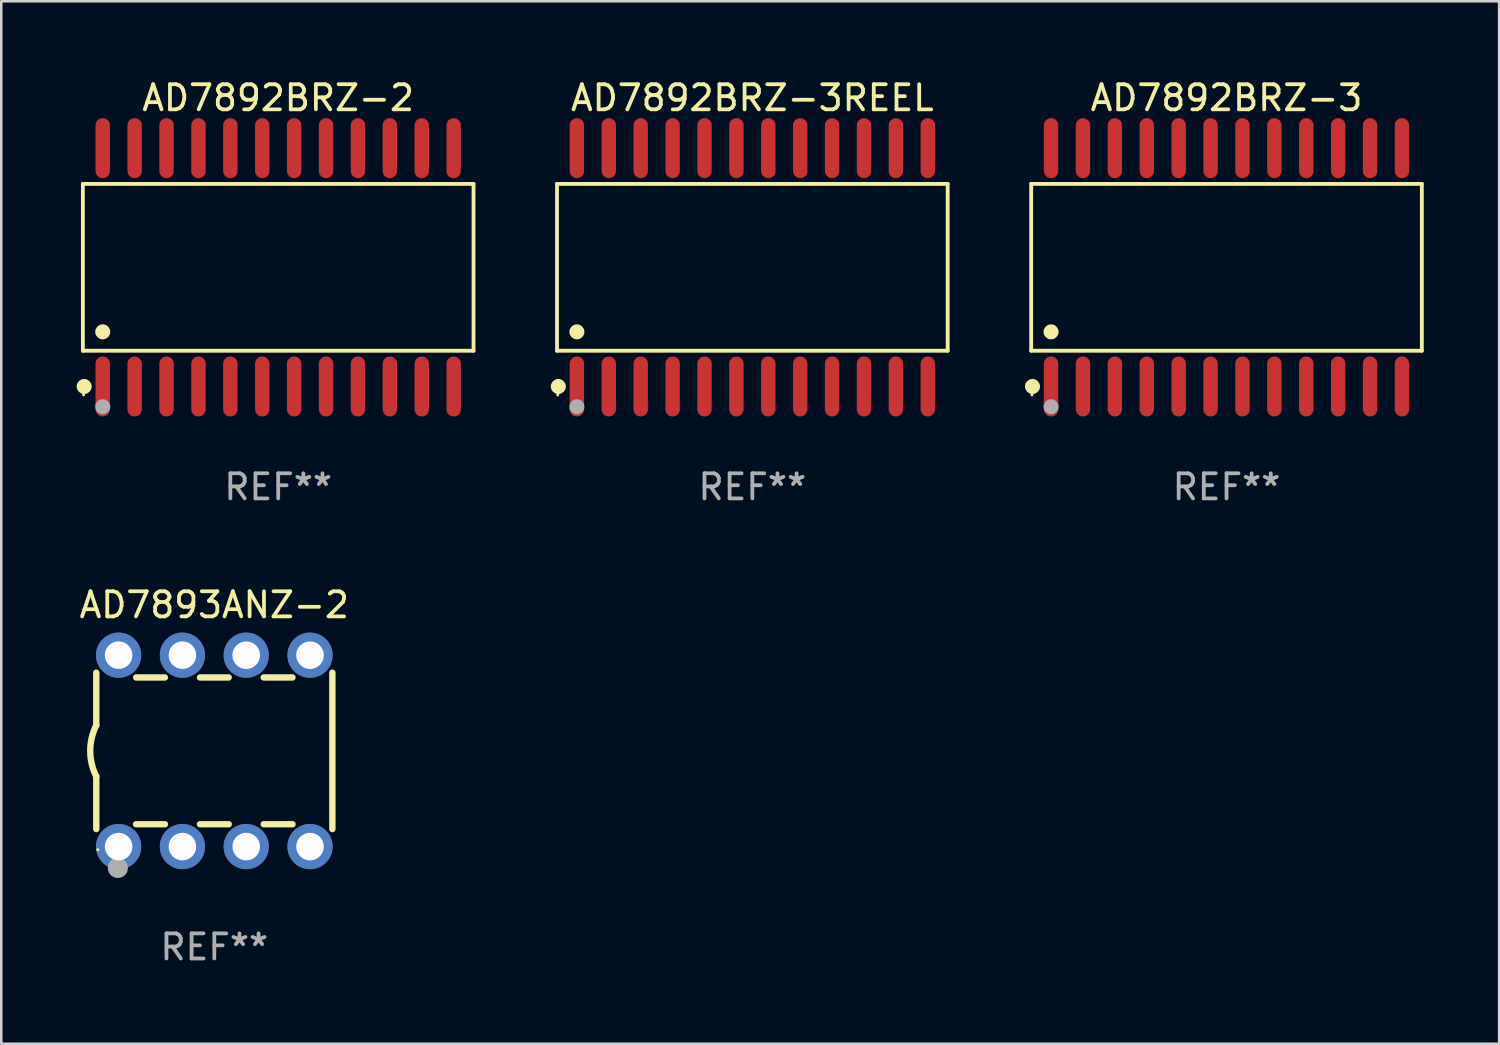
<source format=kicad_pcb>
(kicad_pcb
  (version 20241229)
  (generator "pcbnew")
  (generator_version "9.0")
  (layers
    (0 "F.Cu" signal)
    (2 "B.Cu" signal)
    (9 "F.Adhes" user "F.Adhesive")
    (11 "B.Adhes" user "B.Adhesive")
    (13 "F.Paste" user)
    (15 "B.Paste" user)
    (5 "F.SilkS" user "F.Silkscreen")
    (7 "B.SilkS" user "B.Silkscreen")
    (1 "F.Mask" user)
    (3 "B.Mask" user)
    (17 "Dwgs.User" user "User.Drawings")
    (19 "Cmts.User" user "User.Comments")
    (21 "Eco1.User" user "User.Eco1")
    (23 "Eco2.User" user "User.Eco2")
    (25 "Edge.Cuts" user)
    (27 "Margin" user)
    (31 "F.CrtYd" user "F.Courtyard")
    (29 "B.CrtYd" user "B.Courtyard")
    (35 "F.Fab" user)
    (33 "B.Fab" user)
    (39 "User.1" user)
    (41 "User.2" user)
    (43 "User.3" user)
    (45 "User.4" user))
  (footprint "AD7892BRZ-3"
    (layer "F.Cu")
    (at 45.778 7.592)
    (property "Reference" "AD7892BRZ-3" (at 0 -6.744 0) (layer "F.SilkS") (effects (font (size 1 1) (thickness 0.15))))
    (attr through_hole)
    (fp_line (start -7.776 -3.321) (end 7.776 -3.321) (stroke (width 0.152) (type solid)) (layer "F.SilkS"))
    (fp_line (start -7.776 3.321) (end -7.776 -3.321) (stroke (width 0.152) (type solid)) (layer "F.SilkS"))
    (fp_line (start 7.776 -3.321) (end 7.776 3.321) (stroke (width 0.152) (type solid)) (layer "F.SilkS"))
    (fp_line (start 7.776 3.321) (end -7.776 3.321) (stroke (width 0.152) (type solid)) (layer "F.SilkS"))
    (fp_circle (center -7.747 5.08) (end -7.717 5.08) (stroke (width 0.06) (type solid)) (fill no) (layer "F.SilkS"))
    (fp_circle (center -7.724 4.744) (end -7.574 4.744) (stroke (width 0.3) (type solid)) (fill no) (layer "F.SilkS"))
    (fp_circle (center -6.985 2.569) (end -6.835 2.569) (stroke (width 0.3) (type solid)) (fill no) (layer "F.SilkS"))
    (fp_circle (center -6.985 5.55) (end -6.835 5.55) (stroke (width 0.3) (type solid)) (fill no) (layer "F.Fab"))
    (fp_text user "REF**" (at 0 8.744 0) (layer "F.Fab") (effects (font (size 1 1) (thickness 0.15))))
    (pad "1" smd oval (at -6.985 4.744) (size 0.574 2.388) (layers "F.Cu" "F.Mask" "F.Paste"))
    (pad "2" smd oval (at -5.715 4.744) (size 0.574 2.388) (layers "F.Cu" "F.Mask" "F.Paste"))
    (pad "3" smd oval (at -4.445 4.744) (size 0.574 2.388) (layers "F.Cu" "F.Mask" "F.Paste"))
    (pad "4" smd oval (at -3.175 4.744) (size 0.574 2.388) (layers "F.Cu" "F.Mask" "F.Paste"))
    (pad "5" smd oval (at -1.905 4.744) (size 0.574 2.388) (layers "F.Cu" "F.Mask" "F.Paste"))
    (pad "6" smd oval (at -0.635 4.744) (size 0.574 2.388) (layers "F.Cu" "F.Mask" "F.Paste"))
    (pad "7" smd oval (at 0.635 4.744) (size 0.574 2.388) (layers "F.Cu" "F.Mask" "F.Paste"))
    (pad "8" smd oval (at 1.905 4.744) (size 0.574 2.388) (layers "F.Cu" "F.Mask" "F.Paste"))
    (pad "9" smd oval (at 3.175 4.744) (size 0.574 2.388) (layers "F.Cu" "F.Mask" "F.Paste"))
    (pad "10" smd oval (at 4.445 4.744) (size 0.574 2.388) (layers "F.Cu" "F.Mask" "F.Paste"))
    (pad "11" smd oval (at 5.715 4.744) (size 0.574 2.388) (layers "F.Cu" "F.Mask" "F.Paste"))
    (pad "12" smd oval (at 6.985 4.744) (size 0.574 2.388) (layers "F.Cu" "F.Mask" "F.Paste"))
    (pad "13" smd oval (at 6.985 -4.744) (size 0.574 2.388) (layers "F.Cu" "F.Mask" "F.Paste"))
    (pad "14" smd oval (at 5.715 -4.744) (size 0.574 2.388) (layers "F.Cu" "F.Mask" "F.Paste"))
    (pad "15" smd oval (at 4.445 -4.744) (size 0.574 2.388) (layers "F.Cu" "F.Mask" "F.Paste"))
    (pad "16" smd oval (at 3.175 -4.744) (size 0.574 2.388) (layers "F.Cu" "F.Mask" "F.Paste"))
    (pad "17" smd oval (at 1.905 -4.744) (size 0.574 2.388) (layers "F.Cu" "F.Mask" "F.Paste"))
    (pad "18" smd oval (at 0.635 -4.744) (size 0.574 2.388) (layers "F.Cu" "F.Mask" "F.Paste"))
    (pad "19" smd oval (at -0.635 -4.744) (size 0.574 2.388) (layers "F.Cu" "F.Mask" "F.Paste"))
    (pad "20" smd oval (at -1.905 -4.744) (size 0.574 2.388) (layers "F.Cu" "F.Mask" "F.Paste"))
    (pad "21" smd oval (at -3.175 -4.744) (size 0.574 2.388) (layers "F.Cu" "F.Mask" "F.Paste"))
    (pad "22" smd oval (at -4.445 -4.744) (size 0.574 2.388) (layers "F.Cu" "F.Mask" "F.Paste"))
    (pad "23" smd oval (at -5.715 -4.744) (size 0.574 2.388) (layers "F.Cu" "F.Mask" "F.Paste"))
    (pad "24" smd oval (at -6.985 -4.744) (size 0.574 2.388) (layers "F.Cu" "F.Mask" "F.Paste")))
  (footprint "AD7892BRZ-2"
    (layer "F.Cu")
    (at 8.025 7.592)
    (property "Reference" "AD7892BRZ-2" (at 0 -6.744 0) (layer "F.SilkS") (effects (font (size 1 1) (thickness 0.15))))
    (attr through_hole)
    (fp_line (start -7.776 -3.321) (end 7.776 -3.321) (stroke (width 0.152) (type solid)) (layer "F.SilkS"))
    (fp_line (start -7.776 3.321) (end -7.776 -3.321) (stroke (width 0.152) (type solid)) (layer "F.SilkS"))
    (fp_line (start 7.776 -3.321) (end 7.776 3.321) (stroke (width 0.152) (type solid)) (layer "F.SilkS"))
    (fp_line (start 7.776 3.321) (end -7.776 3.321) (stroke (width 0.152) (type solid)) (layer "F.SilkS"))
    (fp_circle (center -7.747 5.08) (end -7.717 5.08) (stroke (width 0.06) (type solid)) (fill no) (layer "F.SilkS"))
    (fp_circle (center -7.724 4.744) (end -7.574 4.744) (stroke (width 0.3) (type solid)) (fill no) (layer "F.SilkS"))
    (fp_circle (center -6.985 2.569) (end -6.835 2.569) (stroke (width 0.3) (type solid)) (fill no) (layer "F.SilkS"))
    (fp_circle (center -6.985 5.55) (end -6.835 5.55) (stroke (width 0.3) (type solid)) (fill no) (layer "F.Fab"))
    (fp_text user "REF**" (at 0 8.744 0) (layer "F.Fab") (effects (font (size 1 1) (thickness 0.15))))
    (pad "1" smd oval (at -6.985 4.744) (size 0.574 2.388) (layers "F.Cu" "F.Mask" "F.Paste"))
    (pad "2" smd oval (at -5.715 4.744) (size 0.574 2.388) (layers "F.Cu" "F.Mask" "F.Paste"))
    (pad "3" smd oval (at -4.445 4.744) (size 0.574 2.388) (layers "F.Cu" "F.Mask" "F.Paste"))
    (pad "4" smd oval (at -3.175 4.744) (size 0.574 2.388) (layers "F.Cu" "F.Mask" "F.Paste"))
    (pad "5" smd oval (at -1.905 4.744) (size 0.574 2.388) (layers "F.Cu" "F.Mask" "F.Paste"))
    (pad "6" smd oval (at -0.635 4.744) (size 0.574 2.388) (layers "F.Cu" "F.Mask" "F.Paste"))
    (pad "7" smd oval (at 0.635 4.744) (size 0.574 2.388) (layers "F.Cu" "F.Mask" "F.Paste"))
    (pad "8" smd oval (at 1.905 4.744) (size 0.574 2.388) (layers "F.Cu" "F.Mask" "F.Paste"))
    (pad "9" smd oval (at 3.175 4.744) (size 0.574 2.388) (layers "F.Cu" "F.Mask" "F.Paste"))
    (pad "10" smd oval (at 4.445 4.744) (size 0.574 2.388) (layers "F.Cu" "F.Mask" "F.Paste"))
    (pad "11" smd oval (at 5.715 4.744) (size 0.574 2.388) (layers "F.Cu" "F.Mask" "F.Paste"))
    (pad "12" smd oval (at 6.985 4.744) (size 0.574 2.388) (layers "F.Cu" "F.Mask" "F.Paste"))
    (pad "13" smd oval (at 6.985 -4.744) (size 0.574 2.388) (layers "F.Cu" "F.Mask" "F.Paste"))
    (pad "14" smd oval (at 5.715 -4.744) (size 0.574 2.388) (layers "F.Cu" "F.Mask" "F.Paste"))
    (pad "15" smd oval (at 4.445 -4.744) (size 0.574 2.388) (layers "F.Cu" "F.Mask" "F.Paste"))
    (pad "16" smd oval (at 3.175 -4.744) (size 0.574 2.388) (layers "F.Cu" "F.Mask" "F.Paste"))
    (pad "17" smd oval (at 1.905 -4.744) (size 0.574 2.388) (layers "F.Cu" "F.Mask" "F.Paste"))
    (pad "18" smd oval (at 0.635 -4.744) (size 0.574 2.388) (layers "F.Cu" "F.Mask" "F.Paste"))
    (pad "19" smd oval (at -0.635 -4.744) (size 0.574 2.388) (layers "F.Cu" "F.Mask" "F.Paste"))
    (pad "20" smd oval (at -1.905 -4.744) (size 0.574 2.388) (layers "F.Cu" "F.Mask" "F.Paste"))
    (pad "21" smd oval (at -3.175 -4.744) (size 0.574 2.388) (layers "F.Cu" "F.Mask" "F.Paste"))
    (pad "22" smd oval (at -4.445 -4.744) (size 0.574 2.388) (layers "F.Cu" "F.Mask" "F.Paste"))
    (pad "23" smd oval (at -5.715 -4.744) (size 0.574 2.388) (layers "F.Cu" "F.Mask" "F.Paste"))
    (pad "24" smd oval (at -6.985 -4.744) (size 0.574 2.388) (layers "F.Cu" "F.Mask" "F.Paste")))
  (footprint "AD7893ANZ-2"
    (layer "F.Cu")
    (at 5.482 26.843)
    (property "Reference" "AD7893ANZ-2" (at 0 -5.81 0) (layer "F.SilkS") (effects (font (size 1 1) (thickness 0.15))))
    (attr through_hole)
    (fp_line (start -4.7 -1.017) (end -4.7 -3.113) (stroke (width 0.254) (type solid)) (layer "F.SilkS"))
    (fp_line (start -4.7 1.015) (end -4.7 3.113) (stroke (width 0.254) (type solid)) (layer "F.SilkS"))
    (fp_line (start -3.113 2.92) (end -1.967 2.92) (stroke (width 0.254) (type solid)) (layer "F.SilkS"))
    (fp_line (start -3.111 -2.922) (end -1.969 -2.922) (stroke (width 0.254) (type solid)) (layer "F.SilkS"))
    (fp_line (start -0.573 2.92) (end 0.573 2.92) (stroke (width 0.254) (type solid)) (layer "F.SilkS"))
    (fp_line (start -0.571 -2.922) (end 0.571 -2.922) (stroke (width 0.254) (type solid)) (layer "F.SilkS"))
    (fp_line (start 1.967 2.92) (end 3.113 2.92) (stroke (width 0.254) (type solid)) (layer "F.SilkS"))
    (fp_line (start 1.969 -2.922) (end 3.111 -2.922) (stroke (width 0.254) (type solid)) (layer "F.SilkS"))
    (fp_line (start 4.7 -3.113) (end 4.7 3.113) (stroke (width 0.254) (type solid)) (layer "F.SilkS"))
    (fp_arc (start -4.7 1.01524) (mid -4.939846 -0.000762) (end -4.7 -1.016764) (stroke (width 0.254001) (type solid)) (layer "F.SilkS"))
    (fp_circle (center -4.636 3.935) (end -4.606 3.935) (stroke (width 0.06) (type solid)) (fill no) (layer "F.SilkS"))
    (fp_circle (center -3.84 4.66) (end -3.64 4.66) (stroke (width 0.4) (type solid)) (fill no) (layer "F.Fab"))
    (fp_text user "REF**" (at 0 7.81 0) (layer "F.Fab") (effects (font (size 1 1) (thickness 0.15))))
    (pad "1" thru_hole circle (at -3.81 3.81) (size 1.8 1.8) (drill 1.1) (layers "*.Cu" "*.Mask"))
    (pad "2" thru_hole circle (at -1.27 3.81) (size 1.8 1.8) (drill 1.1) (layers "*.Cu" "*.Mask"))
    (pad "3" thru_hole circle (at 1.27 3.81) (size 1.8 1.8) (drill 1.1) (layers "*.Cu" "*.Mask"))
    (pad "4" thru_hole circle (at 3.81 3.81) (size 1.8 1.8) (drill 1.1) (layers "*.Cu" "*.Mask"))
    (pad "5" thru_hole circle (at 3.81 -3.81) (size 1.8 1.8) (drill 1.1) (layers "*.Cu" "*.Mask"))
    (pad "6" thru_hole circle (at 1.27 -3.81) (size 1.8 1.8) (drill 1.1) (layers "*.Cu" "*.Mask"))
    (pad "7" thru_hole circle (at -1.27 -3.81) (size 1.8 1.8) (drill 1.1) (layers "*.Cu" "*.Mask"))
    (pad "8" thru_hole circle (at -3.81 -3.81) (size 1.8 1.8) (drill 1.1) (layers "*.Cu" "*.Mask")))
  (footprint "AD7892BRZ-3REEL"
    (layer "F.Cu")
    (at 26.901 7.592)
    (property "Reference" "AD7892BRZ-3REEL" (at 0 -6.744 0) (layer "F.SilkS") (effects (font (size 1 1) (thickness 0.15))))
    (attr through_hole)
    (fp_line (start -7.776 -3.321) (end 7.776 -3.321) (stroke (width 0.152) (type solid)) (layer "F.SilkS"))
    (fp_line (start -7.776 3.321) (end -7.776 -3.321) (stroke (width 0.152) (type solid)) (layer "F.SilkS"))
    (fp_line (start 7.776 -3.321) (end 7.776 3.321) (stroke (width 0.152) (type solid)) (layer "F.SilkS"))
    (fp_line (start 7.776 3.321) (end -7.776 3.321) (stroke (width 0.152) (type solid)) (layer "F.SilkS"))
    (fp_circle (center -7.747 5.08) (end -7.717 5.08) (stroke (width 0.06) (type solid)) (fill no) (layer "F.SilkS"))
    (fp_circle (center -7.724 4.744) (end -7.574 4.744) (stroke (width 0.3) (type solid)) (fill no) (layer "F.SilkS"))
    (fp_circle (center -6.985 2.569) (end -6.835 2.569) (stroke (width 0.3) (type solid)) (fill no) (layer "F.SilkS"))
    (fp_circle (center -6.985 5.55) (end -6.835 5.55) (stroke (width 0.3) (type solid)) (fill no) (layer "F.Fab"))
    (fp_text user "REF**" (at 0 8.744 0) (layer "F.Fab") (effects (font (size 1 1) (thickness 0.15))))
    (pad "1" smd oval (at -6.985 4.744) (size 0.574 2.388) (layers "F.Cu" "F.Mask" "F.Paste"))
    (pad "2" smd oval (at -5.715 4.744) (size 0.574 2.388) (layers "F.Cu" "F.Mask" "F.Paste"))
    (pad "3" smd oval (at -4.445 4.744) (size 0.574 2.388) (layers "F.Cu" "F.Mask" "F.Paste"))
    (pad "4" smd oval (at -3.175 4.744) (size 0.574 2.388) (layers "F.Cu" "F.Mask" "F.Paste"))
    (pad "5" smd oval (at -1.905 4.744) (size 0.574 2.388) (layers "F.Cu" "F.Mask" "F.Paste"))
    (pad "6" smd oval (at -0.635 4.744) (size 0.574 2.388) (layers "F.Cu" "F.Mask" "F.Paste"))
    (pad "7" smd oval (at 0.635 4.744) (size 0.574 2.388) (layers "F.Cu" "F.Mask" "F.Paste"))
    (pad "8" smd oval (at 1.905 4.744) (size 0.574 2.388) (layers "F.Cu" "F.Mask" "F.Paste"))
    (pad "9" smd oval (at 3.175 4.744) (size 0.574 2.388) (layers "F.Cu" "F.Mask" "F.Paste"))
    (pad "10" smd oval (at 4.445 4.744) (size 0.574 2.388) (layers "F.Cu" "F.Mask" "F.Paste"))
    (pad "11" smd oval (at 5.715 4.744) (size 0.574 2.388) (layers "F.Cu" "F.Mask" "F.Paste"))
    (pad "12" smd oval (at 6.985 4.744) (size 0.574 2.388) (layers "F.Cu" "F.Mask" "F.Paste"))
    (pad "13" smd oval (at 6.985 -4.744) (size 0.574 2.388) (layers "F.Cu" "F.Mask" "F.Paste"))
    (pad "14" smd oval (at 5.715 -4.744) (size 0.574 2.388) (layers "F.Cu" "F.Mask" "F.Paste"))
    (pad "15" smd oval (at 4.445 -4.744) (size 0.574 2.388) (layers "F.Cu" "F.Mask" "F.Paste"))
    (pad "16" smd oval (at 3.175 -4.744) (size 0.574 2.388) (layers "F.Cu" "F.Mask" "F.Paste"))
    (pad "17" smd oval (at 1.905 -4.744) (size 0.574 2.388) (layers "F.Cu" "F.Mask" "F.Paste"))
    (pad "18" smd oval (at 0.635 -4.744) (size 0.574 2.388) (layers "F.Cu" "F.Mask" "F.Paste"))
    (pad "19" smd oval (at -0.635 -4.744) (size 0.574 2.388) (layers "F.Cu" "F.Mask" "F.Paste"))
    (pad "20" smd oval (at -1.905 -4.744) (size 0.574 2.388) (layers "F.Cu" "F.Mask" "F.Paste"))
    (pad "21" smd oval (at -3.175 -4.744) (size 0.574 2.388) (layers "F.Cu" "F.Mask" "F.Paste"))
    (pad "22" smd oval (at -4.445 -4.744) (size 0.574 2.388) (layers "F.Cu" "F.Mask" "F.Paste"))
    (pad "23" smd oval (at -5.715 -4.744) (size 0.574 2.388) (layers "F.Cu" "F.Mask" "F.Paste"))
    (pad "24" smd oval (at -6.985 -4.744) (size 0.574 2.388) (layers "F.Cu" "F.Mask" "F.Paste")))
  (gr_rect
    (start -3 -3)
    (end 56.631 38.501)
    (stroke (width 0.1) (type default))
    (fill no)
    (layer "Edge.Cuts")))
</source>
